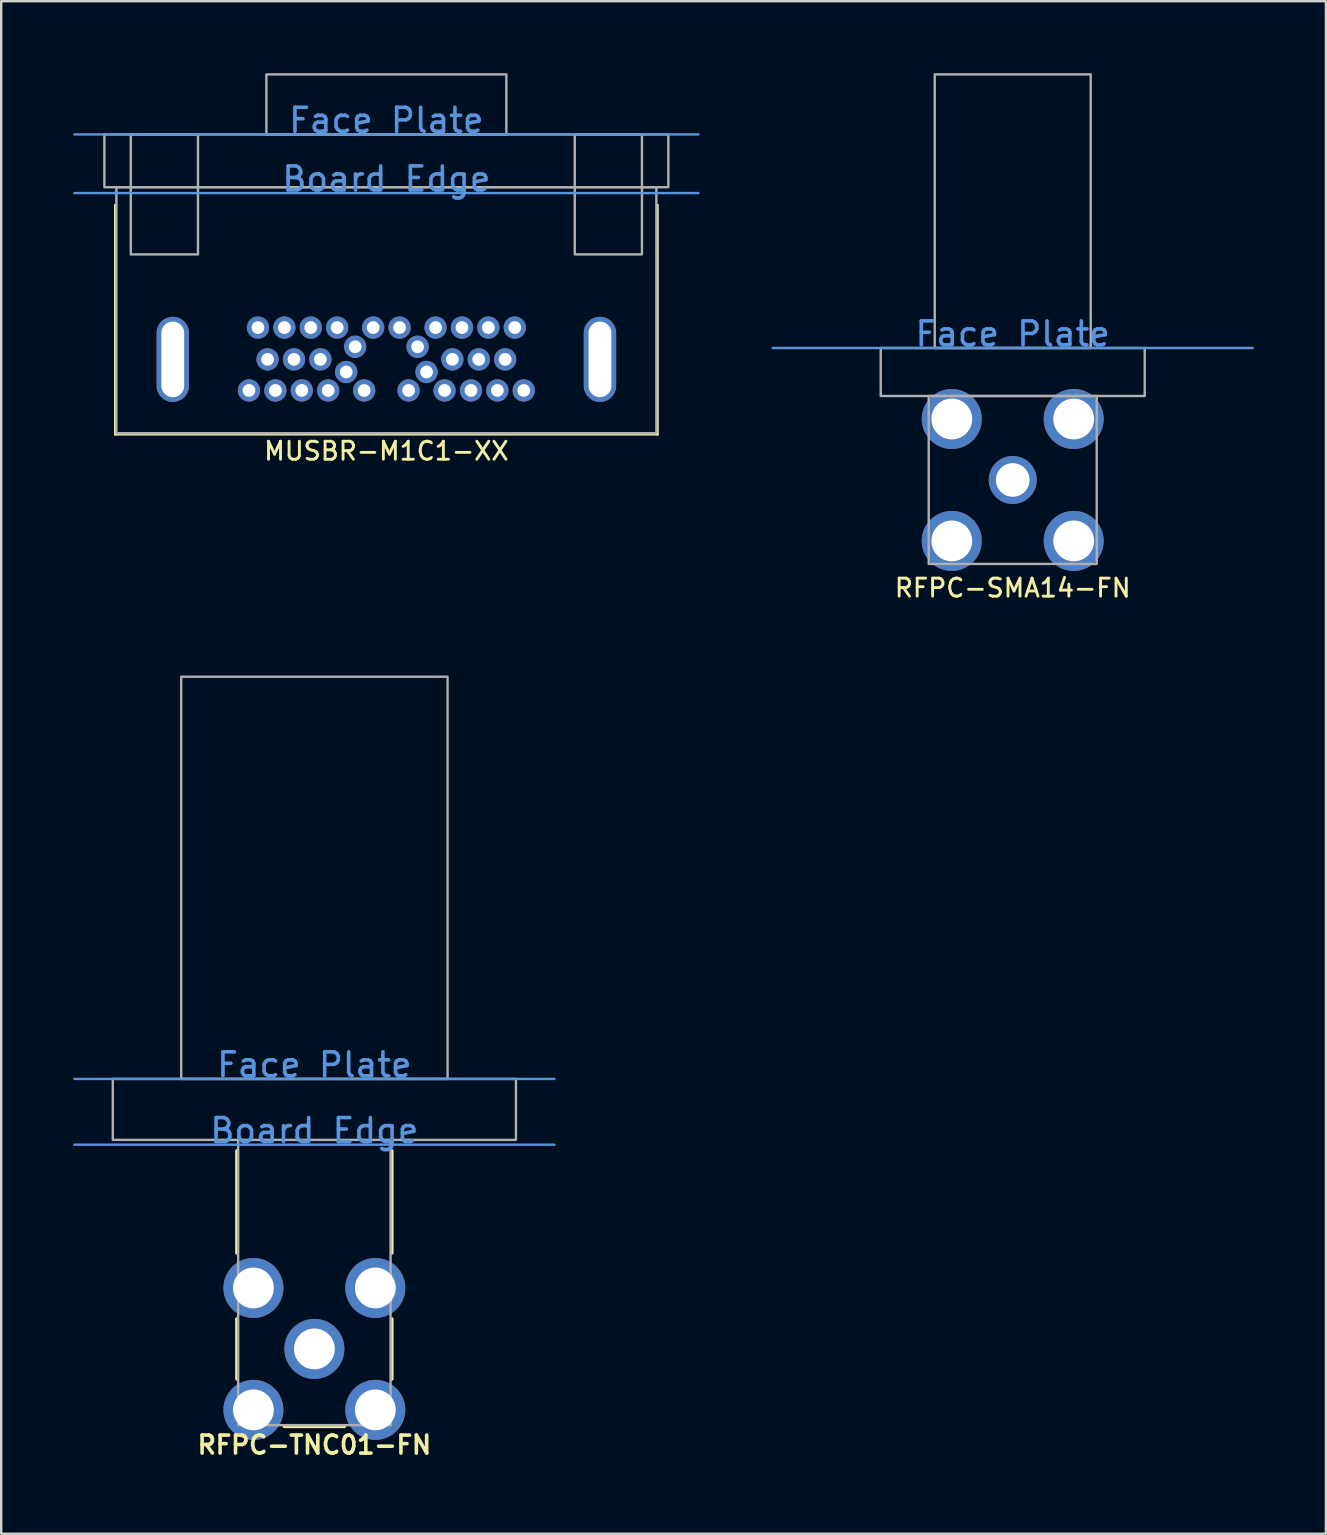
<source format=kicad_pcb>
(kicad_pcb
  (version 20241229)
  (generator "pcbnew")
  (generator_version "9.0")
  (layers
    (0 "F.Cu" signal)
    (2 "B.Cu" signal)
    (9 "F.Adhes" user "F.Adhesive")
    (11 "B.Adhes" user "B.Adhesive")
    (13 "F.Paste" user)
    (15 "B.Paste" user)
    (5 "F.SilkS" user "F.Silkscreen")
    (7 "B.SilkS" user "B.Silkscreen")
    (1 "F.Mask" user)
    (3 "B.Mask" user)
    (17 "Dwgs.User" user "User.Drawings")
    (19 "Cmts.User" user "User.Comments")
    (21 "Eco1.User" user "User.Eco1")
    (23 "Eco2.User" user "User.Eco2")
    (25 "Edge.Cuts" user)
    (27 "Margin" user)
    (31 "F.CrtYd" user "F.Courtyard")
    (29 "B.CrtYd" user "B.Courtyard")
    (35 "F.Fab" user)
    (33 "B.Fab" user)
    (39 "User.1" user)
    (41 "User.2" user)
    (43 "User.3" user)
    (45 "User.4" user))
  (footprint "MUSBR-M1C1-XX"
    (layer "F.Cu")
    (at 13.05 4.995)
    (property "Reference" "MUSBR-M1C1-XX" (at 0 10.75 0) (unlocked yes) (layer "F.SilkS") (effects (font (size 0.75 0.75) (thickness 0.12))))
    (attr through_hole)
    (fp_line (start -11.3 0.5) (end -11.3 10.055) (stroke (width 0.1) (type default)) (layer "F.SilkS"))
    (fp_line (start -11.3 10.055) (end 11.3 10.055) (stroke (width 0.1) (type default)) (layer "F.SilkS"))
    (fp_line (start 11.3 0.5) (end 11.3 10.055) (stroke (width 0.1) (type default)) (layer "F.SilkS"))
    (fp_line (start 13 -2.445) (end -13 -2.445) (stroke (width 0.1) (type solid)) (layer "Cmts.User"))
    (fp_line (start 13 0) (end -13 0) (stroke (width 0.1) (type solid)) (layer "Cmts.User"))
    (fp_rect (start -11.75 -2.445) (end 11.75 -0.245) (stroke (width 0.1) (type default)) (fill no) (layer "F.Fab"))
    (fp_rect (start -11.25 -0.245) (end 11.25 10.005) (stroke (width 0.1) (type default)) (fill no) (layer "F.Fab"))
    (fp_rect (start -10.65 -2.445) (end -7.85 2.555) (stroke (width 0.1) (type default)) (fill no) (layer "F.Fab"))
    (fp_rect (start -5 -4.945) (end 5 -2.445) (stroke (width 0.1) (type default)) (fill no) (layer "F.Fab"))
    (fp_rect (start 7.85 -2.445) (end 10.65 2.555) (stroke (width 0.1) (type default)) (fill no) (layer "F.Fab"))
    (fp_text user "Board Edge" (at 0 0 0) (unlocked yes) (layer "Cmts.User") (effects (font (size 1 1) (thickness 0.15)) (justify bottom)))
    (fp_text user "Face Plate" (at 0 -2.445 0) (unlocked yes) (layer "Cmts.User") (effects (font (size 1 1) (thickness 0.15)) (justify bottom)))
    (pad "A1" thru_hole circle (at 5.725 8.225 180) (size 0.93 0.93) (drill 0.53) (layers "*.Cu" "*.Mask"))
    (pad "A2" thru_hole circle (at 4.625 8.225 180) (size 0.93 0.93) (drill 0.53) (layers "*.Cu" "*.Mask"))
    (pad "A3" thru_hole circle (at 3.525 8.225 180) (size 0.93 0.93) (drill 0.53) (layers "*.Cu" "*.Mask"))
    (pad "A4" thru_hole circle (at 2.425 8.225 180) (size 0.93 0.93) (drill 0.53) (layers "*.Cu" "*.Mask"))
    (pad "A5" thru_hole circle (at 1.675 7.455 180) (size 0.93 0.93) (drill 0.53) (layers "*.Cu" "*.Mask"))
    (pad "A6" thru_hole circle (at 0.925 8.225 180) (size 0.93 0.93) (drill 0.53) (layers "*.Cu" "*.Mask"))
    (pad "A7" thru_hole circle (at -0.925 8.225 180) (size 0.93 0.93) (drill 0.53) (layers "*.Cu" "*.Mask"))
    (pad "A8" thru_hole circle (at -1.675 7.455 180) (size 0.93 0.93) (drill 0.53) (layers "*.Cu" "*.Mask"))
    (pad "A9" thru_hole circle (at -2.425 8.225 180) (size 0.93 0.93) (drill 0.53) (layers "*.Cu" "*.Mask"))
    (pad "A10" thru_hole circle (at -3.525 8.225 180) (size 0.93 0.93) (drill 0.53) (layers "*.Cu" "*.Mask"))
    (pad "A11" thru_hole circle (at -4.625 8.225 180) (size 0.93 0.93) (drill 0.53) (layers "*.Cu" "*.Mask"))
    (pad "A12" thru_hole circle (at -5.725 8.225 180) (size 0.93 0.93) (drill 0.53) (layers "*.Cu" "*.Mask"))
    (pad "B1" thru_hole circle (at -5.35 5.605 180) (size 0.93 0.93) (drill 0.53) (layers "*.Cu" "*.Mask"))
    (pad "B2" thru_hole circle (at -4.25 5.605 180) (size 0.93 0.93) (drill 0.53) (layers "*.Cu" "*.Mask"))
    (pad "B3" thru_hole circle (at -3.15 5.605 180) (size 0.93 0.93) (drill 0.53) (layers "*.Cu" "*.Mask"))
    (pad "B4" thru_hole circle (at -2.05 5.605 180) (size 0.93 0.93) (drill 0.53) (layers "*.Cu" "*.Mask"))
    (pad "B5" thru_hole circle (at -1.3 6.405 180) (size 0.93 0.93) (drill 0.53) (layers "*.Cu" "*.Mask"))
    (pad "B6" thru_hole circle (at -0.55 5.605 180) (size 0.93 0.93) (drill 0.53) (layers "*.Cu" "*.Mask"))
    (pad "B7" thru_hole circle (at 0.55 5.605 180) (size 0.93 0.93) (drill 0.53) (layers "*.Cu" "*.Mask"))
    (pad "B8" thru_hole circle (at 1.3 6.405 180) (size 0.93 0.93) (drill 0.53) (layers "*.Cu" "*.Mask"))
    (pad "B9" thru_hole circle (at 2.05 5.605 180) (size 0.93 0.93) (drill 0.53) (layers "*.Cu" "*.Mask"))
    (pad "B10" thru_hole circle (at 3.15 5.605 180) (size 0.93 0.93) (drill 0.53) (layers "*.Cu" "*.Mask"))
    (pad "B11" thru_hole circle (at 4.25 5.605 180) (size 0.93 0.93) (drill 0.53) (layers "*.Cu" "*.Mask"))
    (pad "B12" thru_hole circle (at 5.35 5.605 180) (size 0.93 0.93) (drill 0.53) (layers "*.Cu" "*.Mask"))
    (pad "G1" thru_hole circle (at 4.95 6.93 180) (size 0.93 0.93) (drill 0.53) (layers "*.Cu" "*.Mask"))
    (pad "G2" thru_hole circle (at 3.85 6.93 180) (size 0.93 0.93) (drill 0.53) (layers "*.Cu" "*.Mask"))
    (pad "G3" thru_hole circle (at 2.75 6.93 180) (size 0.93 0.93) (drill 0.53) (layers "*.Cu" "*.Mask"))
    (pad "G4" thru_hole circle (at -2.75 6.93 180) (size 0.93 0.93) (drill 0.53) (layers "*.Cu" "*.Mask"))
    (pad "G5" thru_hole circle (at -3.85 6.93 180) (size 0.93 0.93) (drill 0.53) (layers "*.Cu" "*.Mask"))
    (pad "G6" thru_hole circle (at -4.95 6.93 180) (size 0.93 0.93) (drill 0.53) (layers "*.Cu" "*.Mask"))
    (pad "S1" thru_hole oval (at -8.9 6.93 180) (size 1.35 3.55) (drill oval 0.95 3.15) (layers "*.Cu" "*.Mask"))
    (pad "S2" thru_hole oval (at 8.9 6.93 180) (size 1.35 3.55) (drill oval 0.95 3.15) (layers "*.Cu" "*.Mask")))
  (footprint "RFPC-SMA14-FN"
    (layer "F.Cu")
    (at 39.15 16.95)
    (property "Reference" "RFPC-SMA14-FN" (at 0 4.5 0) (unlocked yes) (layer "F.SilkS") (effects (font (size 0.75 0.75) (thickness 0.12))))
    (attr smd)
    (fp_line (start -10 -5.5) (end 10 -5.5) (stroke (width 0.1) (type default)) (layer "Cmts.User"))
    (fp_rect (start -5.5 -5.5) (end 5.5 -3.5) (stroke (width 0.1) (type default)) (fill no) (layer "F.Fab"))
    (fp_rect (start -3.5 -3.5) (end 3.5 3.5) (stroke (width 0.1) (type default)) (fill no) (layer "F.Fab"))
    (fp_rect (start -3.25 -16.9) (end 3.25 -5.5) (stroke (width 0.1) (type solid)) (fill no) (layer "F.Fab"))
    (fp_text user "Face Plate" (at 0 -5.5 0) (unlocked yes) (layer "Cmts.User") (effects (font (size 1 1) (thickness 0.15)) (justify bottom)))
    (pad "1" thru_hole circle (at 0 0) (size 2 2) (drill 1.4) (layers "*.Cu" "*.Mask"))
    (pad "2" thru_hole circle (at -2.54 -2.54) (size 2.5 2.5) (drill 1.7) (layers "*.Cu" "*.Mask"))
    (pad "2" thru_hole circle (at -2.54 2.54) (size 2.5 2.5) (drill 1.7) (layers "*.Cu" "*.Mask"))
    (pad "2" thru_hole circle (at 2.54 -2.54) (size 2.5 2.5) (drill 1.7) (layers "*.Cu" "*.Mask"))
    (pad "2" thru_hole circle (at 2.54 2.54) (size 2.5 2.5) (drill 1.7) (layers "*.Cu" "*.Mask")))
  (footprint "RFPC-TNC01-FN"
    (layer "F.Cu")
    (at 10.05 53.159)
    (property "Reference" "RFPC-TNC01-FN" (at 0 4 0) (unlocked yes) (layer "F.SilkS") (effects (font (size 0.75 0.75) (thickness 0.15) (bold yes))))
    (attr smd)
    (fp_line (start -3.225 -8.25) (end -3.225 -4) (stroke (width 0.15) (type default)) (layer "F.SilkS"))
    (fp_line (start -3.225 -1.25) (end -3.225 1.25) (stroke (width 0.15) (type default)) (layer "F.SilkS"))
    (fp_line (start -1.25 3.225) (end 1.25 3.225) (stroke (width 0.15) (type default)) (layer "F.SilkS"))
    (fp_line (start 3.225 -8.25) (end 3.225 -4) (stroke (width 0.15) (type default)) (layer "F.SilkS"))
    (fp_line (start 3.225 -1.25) (end 3.225 1.25) (stroke (width 0.15) (type default)) (layer "F.SilkS"))
    (fp_line (start -10 -11.25) (end 10 -11.25) (stroke (width 0.1) (type default)) (layer "Cmts.User"))
    (fp_line (start -10 -8.51) (end 10 -8.51) (stroke (width 0.1) (type solid)) (layer "Cmts.User"))
    (fp_line (start -3.175 -8.71) (end -3.175 3.175) (stroke (width 0.1) (type solid)) (layer "F.Fab"))
    (fp_line (start -3.175 3.175) (end 3.175 3.175) (stroke (width 0.1) (type solid)) (layer "F.Fab"))
    (fp_line (start 3.175 3.175) (end 3.175 -8.71) (stroke (width 0.1) (type solid)) (layer "F.Fab"))
    (fp_rect (start -8.4 -11.25) (end 8.4 -8.71) (stroke (width 0.1) (type solid)) (fill no) (layer "F.Fab"))
    (fp_rect (start -5.55 -28.01) (end 5.55 -11.25) (stroke (width 0.1) (type solid)) (fill no) (layer "F.Fab"))
    (fp_text user "Board Edge" (at 0 -8.51 0) (unlocked yes) (layer "Cmts.User") (effects (font (size 1 1) (thickness 0.15)) (justify bottom)))
    (fp_text user "Face Plate" (at 0 -11.25 0) (unlocked yes) (layer "Cmts.User") (effects (font (size 1 1) (thickness 0.15)) (justify bottom)))
    (pad "1" thru_hole circle (at 0 0) (size 2.5 2.5) (drill 1.7) (layers "*.Cu" "*.Mask"))
    (pad "2" thru_hole circle (at -2.54 -2.54) (size 2.5 2.5) (drill 1.7) (layers "*.Cu" "*.Mask"))
    (pad "2" thru_hole circle (at -2.54 2.54) (size 2.5 2.5) (drill 1.7) (layers "*.Cu" "*.Mask"))
    (pad "2" thru_hole circle (at 2.54 -2.54) (size 2.5 2.5) (drill 1.7) (layers "*.Cu" "*.Mask"))
    (pad "2" thru_hole circle (at 2.54 2.54) (size 2.5 2.5) (drill 1.7) (layers "*.Cu" "*.Mask")))
  (gr_rect
    (start -3 -3)
    (end 52.2 60.861)
    (stroke (width 0.1) (type default))
    (fill no)
    (layer "Edge.Cuts")))
</source>
